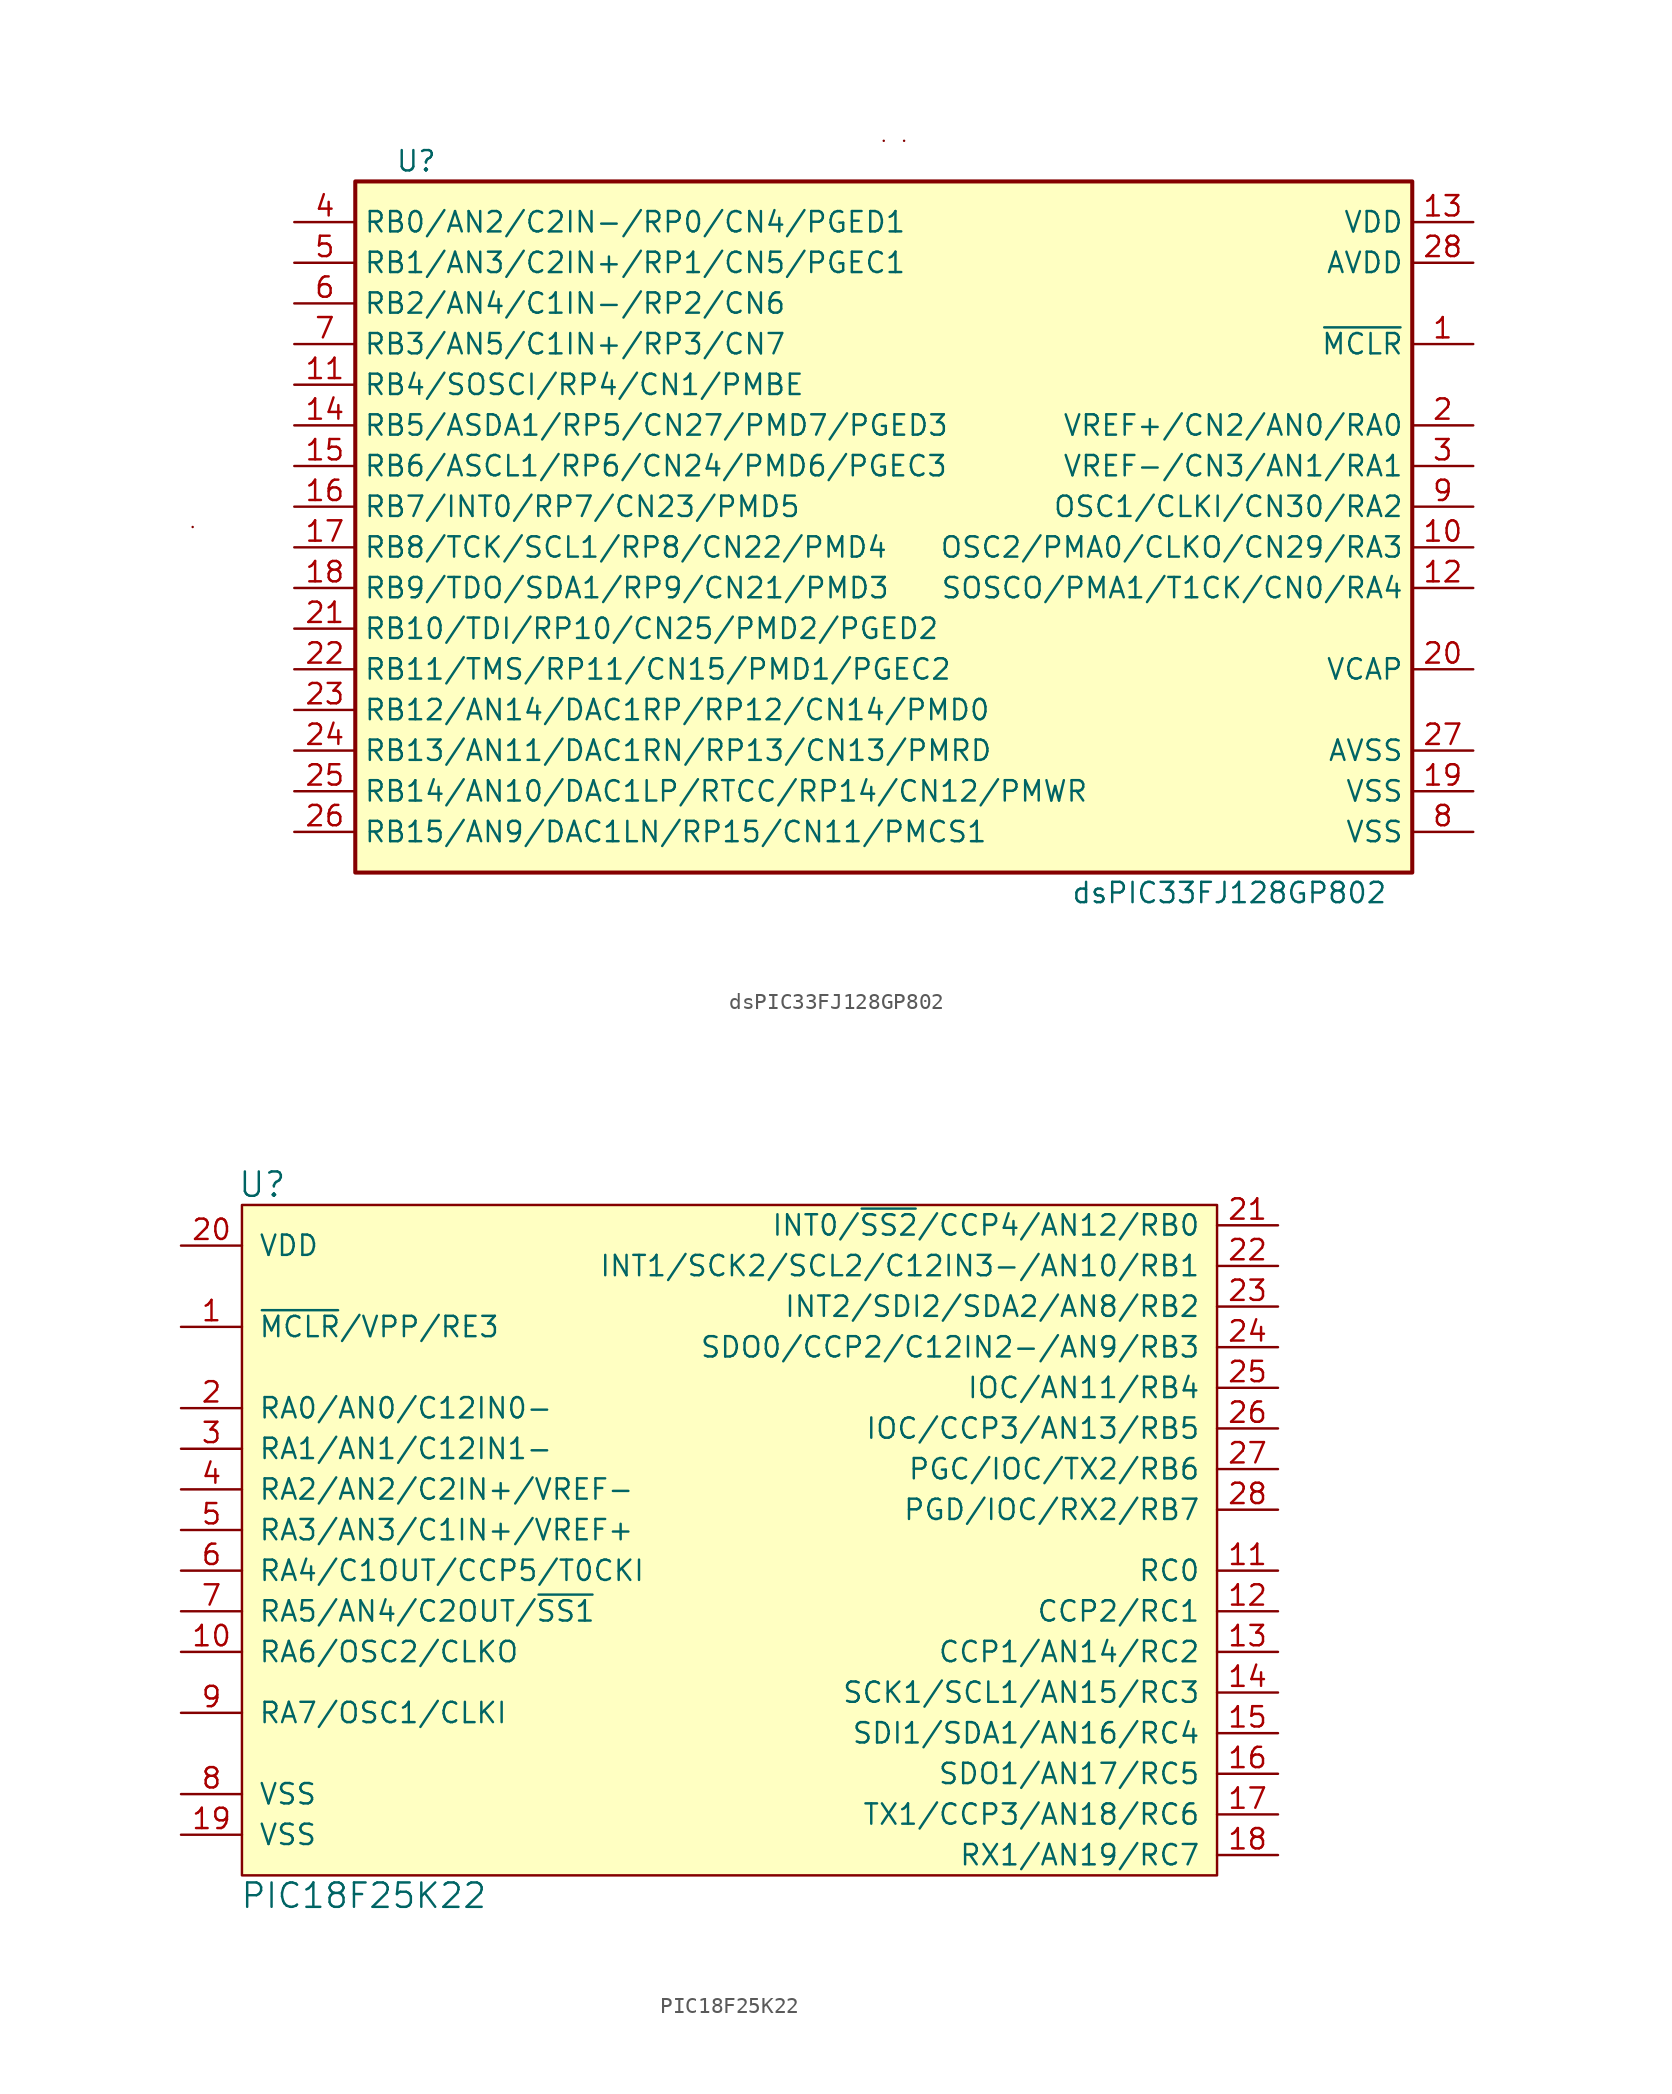
<source format=kicad_sym>
(kicad_symbol_lib
  (version 20220914)
  (generator kicad_symbol_editor)
  (symbol "dsPIC33FJ128GP802"
    (property "Reference" "U"
      (at -29.21 22.86 0)
      (effects (font (size 1.27 1.27))))
    (property "Value" "dsPIC33FJ128GP802"
      (at 21.59 -22.86 0)
      (effects (font (size 1.27 1.27))))
    (symbol "dsPIC33FJ128GP802_0_1"
      (rectangle (start -43.18 0) (end -43.18 0) (stroke (width 0) (type default)) (fill (type none)))
      (rectangle (start 0 24.13) (end 0 24.13) (stroke (width 0) (type default)) (fill (type none)))
      (rectangle (start 1.27 24.13) (end 1.27 24.13) (stroke (width 0) (type default)) (fill (type none))))
    (symbol "dsPIC33FJ128GP802_1_1"
      (rectangle (start -33.02 21.59) (end 33.02 -21.59) (stroke (width 0.254) (type default)) (fill (type background)))
      (pin input line (at 36.83 11.43 180) (length 3.81) (name "~{MCLR}" (effects (font (size 1.27 1.27)))) (number "1" (effects (font (size 1.27 1.27)))))
      (pin bidirectional line (at 36.83 -1.27 180) (length 3.81) (name "OSC2/PMA0/CLKO/CN29/RA3" (effects (font (size 1.27 1.27)))) (number "10" (effects (font (size 1.27 1.27)))))
      (pin bidirectional line (at -36.83 8.89 0) (length 3.81) (name "RB4/SOSCI/RP4/CN1/PMBE" (effects (font (size 1.27 1.27)))) (number "11" (effects (font (size 1.27 1.27)))))
      (pin bidirectional line (at 36.83 -3.81 180) (length 3.81) (name "SOSCO/PMA1/T1CK/CN0/RA4" (effects (font (size 1.27 1.27)))) (number "12" (effects (font (size 1.27 1.27)))))
      (pin power_in line (at 36.83 19.05 180) (length 3.81) (name "VDD" (effects (font (size 1.27 1.27)))) (number "13" (effects (font (size 1.27 1.27)))))
      (pin bidirectional line (at -36.83 6.35 0) (length 3.81) (name "RB5/ASDA1/RP5/CN27/PMD7/PGED3" (effects (font (size 1.27 1.27)))) (number "14" (effects (font (size 1.27 1.27)))))
      (pin bidirectional line (at -36.83 3.81 0) (length 3.81) (name "RB6/ASCL1/RP6/CN24/PMD6/PGEC3" (effects (font (size 1.27 1.27)))) (number "15" (effects (font (size 1.27 1.27)))))
      (pin bidirectional line (at -36.83 1.27 0) (length 3.81) (name "RB7/INT0/RP7/CN23/PMD5" (effects (font (size 1.27 1.27)))) (number "16" (effects (font (size 1.27 1.27)))))
      (pin bidirectional line (at -36.83 -1.27 0) (length 3.81) (name "RB8/TCK/SCL1/RP8/CN22/PMD4" (effects (font (size 1.27 1.27)))) (number "17" (effects (font (size 1.27 1.27)))))
      (pin bidirectional line (at -36.83 -3.81 0) (length 3.81) (name "RB9/TDO/SDA1/RP9/CN21/PMD3" (effects (font (size 1.27 1.27)))) (number "18" (effects (font (size 1.27 1.27)))))
      (pin power_in line (at 36.83 -16.51 180) (length 3.81) (name "VSS" (effects (font (size 1.27 1.27)))) (number "19" (effects (font (size 1.27 1.27)))))
      (pin bidirectional line (at 36.83 6.35 180) (length 3.81) (name "VREF+/CN2/AN0/RA0" (effects (font (size 1.27 1.27)))) (number "2" (effects (font (size 1.27 1.27)))))
      (pin power_out line (at 36.83 -8.89 180) (length 3.81) (name "VCAP" (effects (font (size 1.27 1.27)))) (number "20" (effects (font (size 1.27 1.27)))))
      (pin bidirectional line (at -36.83 -6.35 0) (length 3.81) (name "RB10/TDI/RP10/CN25/PMD2/PGED2" (effects (font (size 1.27 1.27)))) (number "21" (effects (font (size 1.27 1.27)))))
      (pin bidirectional line (at -36.83 -8.89 0) (length 3.81) (name "RB11/TMS/RP11/CN15/PMD1/PGEC2" (effects (font (size 1.27 1.27)))) (number "22" (effects (font (size 1.27 1.27)))))
      (pin bidirectional line (at -36.83 -11.43 0) (length 3.81) (name "RB12/AN14/DAC1RP/RP12/CN14/PMD0" (effects (font (size 1.27 1.27)))) (number "23" (effects (font (size 1.27 1.27)))))
      (pin bidirectional line (at -36.83 -13.97 0) (length 3.81) (name "RB13/AN11/DAC1RN/RP13/CN13/PMRD" (effects (font (size 1.27 1.27)))) (number "24" (effects (font (size 1.27 1.27)))))
      (pin bidirectional line (at -36.83 -16.51 0) (length 3.81) (name "RB14/AN10/DAC1LP/RTCC/RP14/CN12/PMWR" (effects (font (size 1.27 1.27)))) (number "25" (effects (font (size 1.27 1.27)))))
      (pin bidirectional line (at -36.83 -19.05 0) (length 3.81) (name "RB15/AN9/DAC1LN/RP15/CN11/PMCS1" (effects (font (size 1.27 1.27)))) (number "26" (effects (font (size 1.27 1.27)))))
      (pin power_in line (at 36.83 -13.97 180) (length 3.81) (name "AVSS" (effects (font (size 1.27 1.27)))) (number "27" (effects (font (size 1.27 1.27)))))
      (pin power_in line (at 36.83 16.51 180) (length 3.81) (name "AVDD" (effects (font (size 1.27 1.27)))) (number "28" (effects (font (size 1.27 1.27)))))
      (pin bidirectional line (at 36.83 3.81 180) (length 3.81) (name "VREF-/CN3/AN1/RA1" (effects (font (size 1.27 1.27)))) (number "3" (effects (font (size 1.27 1.27)))))
      (pin bidirectional line (at -36.83 19.05 0) (length 3.81) (name "RB0/AN2/C2IN-/RP0/CN4/PGED1" (effects (font (size 1.27 1.27)))) (number "4" (effects (font (size 1.27 1.27)))))
      (pin bidirectional line (at -36.83 16.51 0) (length 3.81) (name "RB1/AN3/C2IN+/RP1/CN5/PGEC1" (effects (font (size 1.27 1.27)))) (number "5" (effects (font (size 1.27 1.27)))))
      (pin bidirectional line (at -36.83 13.97 0) (length 3.81) (name "RB2/AN4/C1IN-/RP2/CN6" (effects (font (size 1.27 1.27)))) (number "6" (effects (font (size 1.27 1.27)))))
      (pin bidirectional line (at -36.83 11.43 0) (length 3.81) (name "RB3/AN5/C1IN+/RP3/CN7" (effects (font (size 1.27 1.27)))) (number "7" (effects (font (size 1.27 1.27)))))
      (pin power_in line (at 36.83 -19.05 180) (length 3.81) (name "VSS" (effects (font (size 1.27 1.27)))) (number "8" (effects (font (size 1.27 1.27)))))
      (pin bidirectional line (at 36.83 1.27 180) (length 3.81) (name "OSC1/CLKI/CN30/RA2" (effects (font (size 1.27 1.27)))) (number "9" (effects (font (size 1.27 1.27)))))))
  (symbol "PIC18F25K22"
    (pin_names
      (offset 1.016))
    (property "Reference" "U"
      (at -29.21 22.86 0)
      (effects (font (size 1.524 1.524))))
    (property "Value" "PIC18F25K22"
      (at -22.86 -21.59 0)
      (effects (font (size 1.524 1.524))))
    (symbol "PIC18F25K22_0_1"
      (rectangle (start -30.48 21.59) (end 30.48 -20.32) (stroke (width 0) (type default)) (fill (type background))))
    (symbol "PIC18F25K22_1_1"
      (pin input line (at -34.29 13.97 0) (length 3.81) (name "~{MCLR}/VPP/RE3" (effects (font (size 1.27 1.27)))) (number "1" (effects (font (size 1.27 1.27)))))
      (pin bidirectional line (at -34.29 -6.35 0) (length 3.81) (name "RA6/OSC2/CLKO" (effects (font (size 1.27 1.27)))) (number "10" (effects (font (size 1.27 1.27)))))
      (pin bidirectional line (at 34.29 -1.27 180) (length 3.81) (name "RC0" (effects (font (size 1.27 1.27)))) (number "11" (effects (font (size 1.27 1.27)))))
      (pin bidirectional line (at 34.29 -3.81 180) (length 3.81) (name "CCP2/RC1" (effects (font (size 1.27 1.27)))) (number "12" (effects (font (size 1.27 1.27)))))
      (pin bidirectional line (at 34.29 -6.35 180) (length 3.81) (name "CCP1/AN14/RC2" (effects (font (size 1.27 1.27)))) (number "13" (effects (font (size 1.27 1.27)))))
      (pin bidirectional line (at 34.29 -8.89 180) (length 3.81) (name "SCK1/SCL1/AN15/RC3" (effects (font (size 1.27 1.27)))) (number "14" (effects (font (size 1.27 1.27)))))
      (pin bidirectional line (at 34.29 -11.43 180) (length 3.81) (name "SDI1/SDA1/AN16/RC4" (effects (font (size 1.27 1.27)))) (number "15" (effects (font (size 1.27 1.27)))))
      (pin bidirectional line (at 34.29 -13.97 180) (length 3.81) (name "SDO1/AN17/RC5" (effects (font (size 1.27 1.27)))) (number "16" (effects (font (size 1.27 1.27)))))
      (pin bidirectional line (at 34.29 -16.51 180) (length 3.81) (name "TX1/CCP3/AN18/RC6" (effects (font (size 1.27 1.27)))) (number "17" (effects (font (size 1.27 1.27)))))
      (pin bidirectional line (at 34.29 -19.05 180) (length 3.81) (name "RX1/AN19/RC7" (effects (font (size 1.27 1.27)))) (number "18" (effects (font (size 1.27 1.27)))))
      (pin power_in line (at -34.29 -17.78 0) (length 3.81) (name "VSS" (effects (font (size 1.27 1.27)))) (number "19" (effects (font (size 1.27 1.27)))))
      (pin bidirectional line (at -34.29 8.89 0) (length 3.81) (name "RA0/AN0/C12IN0-" (effects (font (size 1.27 1.27)))) (number "2" (effects (font (size 1.27 1.27)))))
      (pin power_in line (at -34.29 19.05 0) (length 3.81) (name "VDD" (effects (font (size 1.27 1.27)))) (number "20" (effects (font (size 1.27 1.27)))))
      (pin bidirectional line (at 34.29 20.32 180) (length 3.81) (name "INT0/~{SS2}/CCP4/AN12/RB0" (effects (font (size 1.27 1.27)))) (number "21" (effects (font (size 1.27 1.27)))))
      (pin bidirectional line (at 34.29 17.78 180) (length 3.81) (name "INT1/SCK2/SCL2/C12IN3-/AN10/RB1" (effects (font (size 1.27 1.27)))) (number "22" (effects (font (size 1.27 1.27)))))
      (pin bidirectional line (at 34.29 15.24 180) (length 3.81) (name "INT2/SDI2/SDA2/AN8/RB2" (effects (font (size 1.27 1.27)))) (number "23" (effects (font (size 1.27 1.27)))))
      (pin bidirectional line (at 34.29 12.7 180) (length 3.81) (name "SDO0/CCP2/C12IN2-/AN9/RB3" (effects (font (size 1.27 1.27)))) (number "24" (effects (font (size 1.27 1.27)))))
      (pin bidirectional line (at 34.29 10.16 180) (length 3.81) (name "IOC/AN11/RB4" (effects (font (size 1.27 1.27)))) (number "25" (effects (font (size 1.27 1.27)))))
      (pin bidirectional line (at 34.29 7.62 180) (length 3.81) (name "IOC/CCP3/AN13/RB5" (effects (font (size 1.27 1.27)))) (number "26" (effects (font (size 1.27 1.27)))))
      (pin bidirectional line (at 34.29 5.08 180) (length 3.81) (name "PGC/IOC/TX2/RB6" (effects (font (size 1.27 1.27)))) (number "27" (effects (font (size 1.27 1.27)))))
      (pin bidirectional line (at 34.29 2.54 180) (length 3.81) (name "PGD/IOC/RX2/RB7" (effects (font (size 1.27 1.27)))) (number "28" (effects (font (size 1.27 1.27)))))
      (pin bidirectional line (at -34.29 6.35 0) (length 3.81) (name "RA1/AN1/C12IN1-" (effects (font (size 1.27 1.27)))) (number "3" (effects (font (size 1.27 1.27)))))
      (pin bidirectional line (at -34.29 3.81 0) (length 3.81) (name "RA2/AN2/C2IN+/VREF-" (effects (font (size 1.27 1.27)))) (number "4" (effects (font (size 1.27 1.27)))))
      (pin bidirectional line (at -34.29 1.27 0) (length 3.81) (name "RA3/AN3/C1IN+/VREF+" (effects (font (size 1.27 1.27)))) (number "5" (effects (font (size 1.27 1.27)))))
      (pin bidirectional line (at -34.29 -1.27 0) (length 3.81) (name "RA4/C1OUT/CCP5/T0CKI" (effects (font (size 1.27 1.27)))) (number "6" (effects (font (size 1.27 1.27)))))
      (pin bidirectional line (at -34.29 -3.81 0) (length 3.81) (name "RA5/AN4/C2OUT/~{SS1}" (effects (font (size 1.27 1.27)))) (number "7" (effects (font (size 1.27 1.27)))))
      (pin power_in line (at -34.29 -15.24 0) (length 3.81) (name "VSS" (effects (font (size 1.27 1.27)))) (number "8" (effects (font (size 1.27 1.27)))))
      (pin bidirectional line (at -34.29 -10.16 0) (length 3.81) (name "RA7/OSC1/CLKI" (effects (font (size 1.27 1.27)))) (number "9" (effects (font (size 1.27 1.27))))))))
</source>
